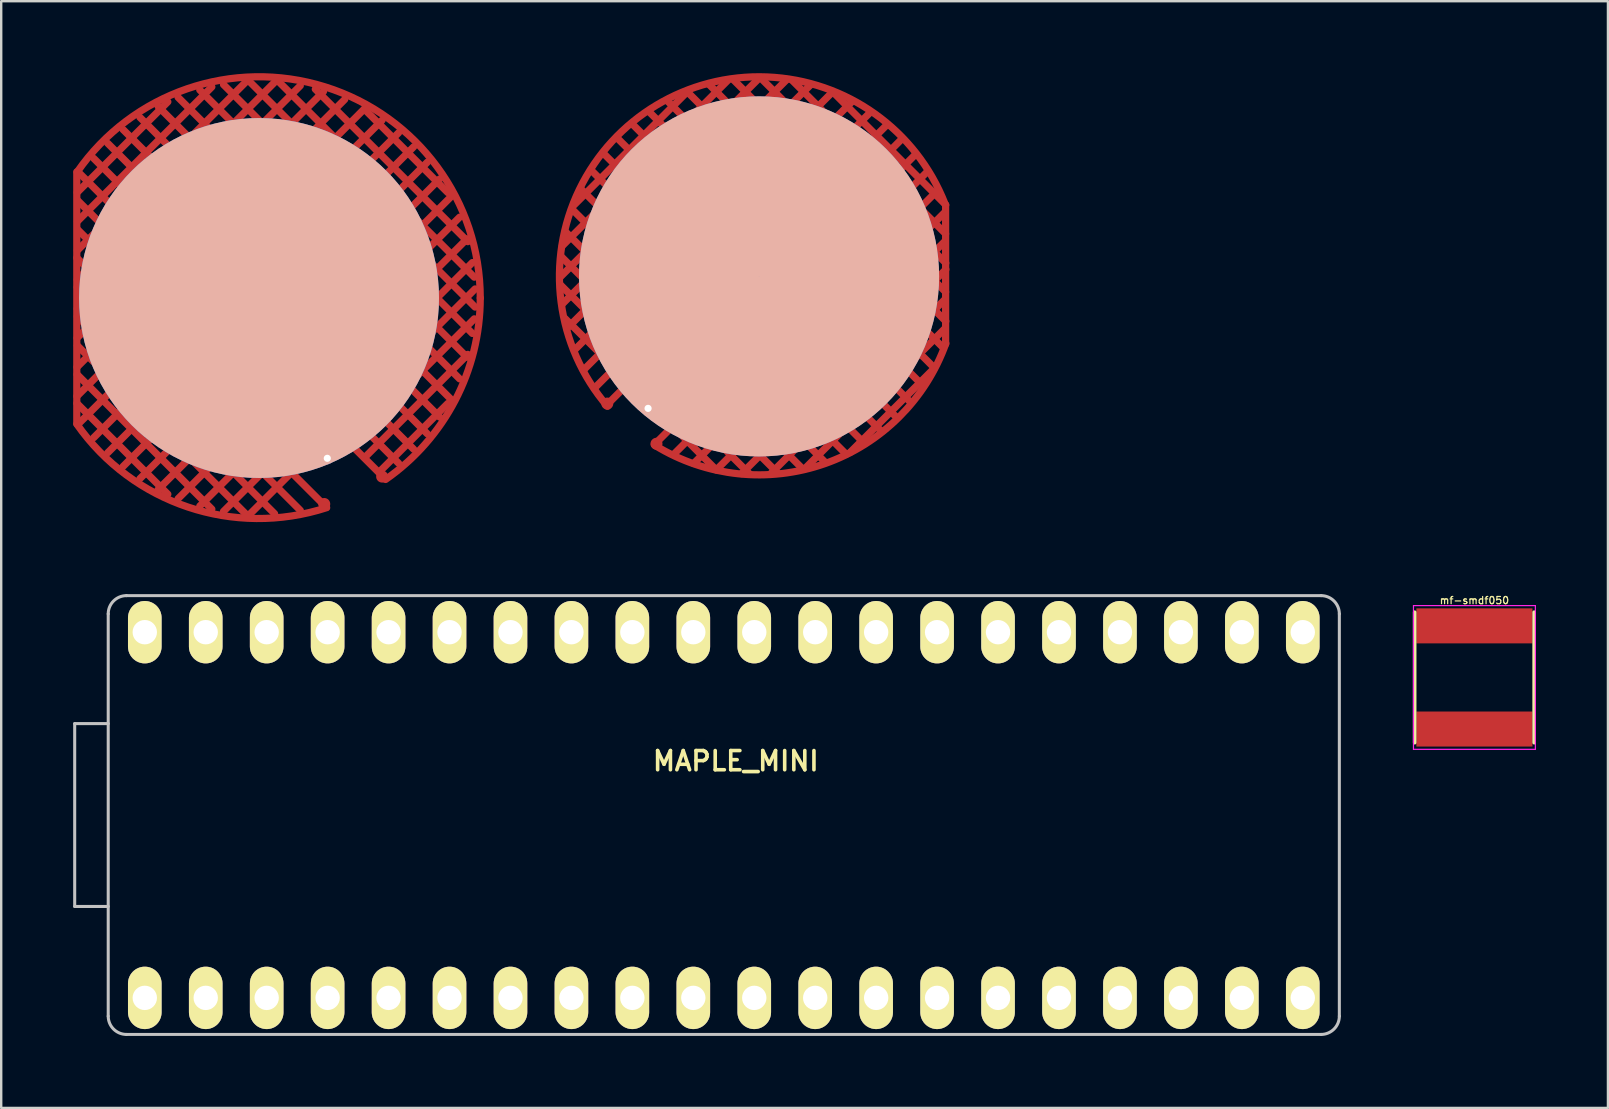
<source format=kicad_pcb>
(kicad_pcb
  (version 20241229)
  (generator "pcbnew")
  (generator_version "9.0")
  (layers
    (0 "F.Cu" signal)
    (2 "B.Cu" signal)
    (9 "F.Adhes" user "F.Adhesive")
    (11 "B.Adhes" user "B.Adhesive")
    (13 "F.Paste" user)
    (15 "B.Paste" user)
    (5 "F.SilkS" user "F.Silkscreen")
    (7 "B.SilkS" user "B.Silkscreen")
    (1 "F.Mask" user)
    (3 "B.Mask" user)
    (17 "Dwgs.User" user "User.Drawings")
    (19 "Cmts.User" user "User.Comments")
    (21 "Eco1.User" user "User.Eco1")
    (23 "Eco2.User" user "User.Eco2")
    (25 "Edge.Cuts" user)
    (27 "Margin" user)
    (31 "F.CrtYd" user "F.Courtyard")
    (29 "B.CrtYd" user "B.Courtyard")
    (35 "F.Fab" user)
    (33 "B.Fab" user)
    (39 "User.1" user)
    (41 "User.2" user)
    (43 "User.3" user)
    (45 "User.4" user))
  (footprint "mf-smdf050"
    (layer "F.Cu")
    (at 58.397 25.183)
    (property "Reference" "mf-smdf050" (at 0 -3.21 0) (layer "F.SilkS") (effects (font (size 0.3 0.3) (thickness 0.05))))
    (attr smd)
    (fp_line (start -2.49 -2.72) (end -2.49 2.72) (stroke (width 0.15) (type solid)) (layer "F.SilkS"))
    (fp_line (start 2.49 -2.72) (end 2.49 2.72) (stroke (width 0.15) (type solid)) (layer "F.SilkS"))
    (fp_line (start -2.54 -2.995) (end 2.54 -2.995) (stroke (width 0.05) (type solid)) (layer "F.CrtYd"))
    (fp_line (start -2.54 2.995) (end -2.54 -2.995) (stroke (width 0.05) (type solid)) (layer "F.CrtYd"))
    (fp_line (start 2.54 -2.995) (end 2.54 2.995) (stroke (width 0.05) (type solid)) (layer "F.CrtYd"))
    (fp_line (start 2.54 2.995) (end -2.54 2.995) (stroke (width 0.05) (type solid)) (layer "F.CrtYd"))
    (pad "1" smd rect (at 0 2.15) (size 4.84 1.46) (layers "F.Cu" "F.Mask" "F.Paste"))
    (pad "2" smd rect (at 0 -2.15) (size 4.84 1.46) (layers "F.Cu" "F.Mask" "F.Paste")))
  (footprint "livolo_ts_guard_cut_right"
    (layer "F.Cu")
    (at 28.317 8.445)
    (property "Reference" "livolo_ts_guard_cut_right" (at 1.123 0.21 0) (layer "F.SilkS") (effects (font (size 0.4 0.4) (thickness 0.1))))
    (attr through_hole)
    (fp_line (start -7.998 0.388) (end -4.546 3.84) (stroke (width 0.3) (type solid)) (layer "F.Cu"))
    (fp_line (start -7.945 1.187) (end 1.43 -8.188) (stroke (width 0.3) (type solid)) (layer "F.Cu"))
    (fp_line (start -7.932 -1.25) (end -1.032 -8.15) (stroke (width 0.3) (type solid)) (layer "F.Cu"))
    (fp_line (start -7.798 -1.836) (end 2.103 8.065) (stroke (width 0.3) (type solid)) (layer "F.Cu"))
    (fp_line (start -7.42 3.087) (end 3.33 -7.663) (stroke (width 0.3) (type solid)) (layer "F.Cu"))
    (fp_line (start -7.161 -3.623) (end 3.902 7.439) (stroke (width 0.3) (type solid)) (layer "F.Cu"))
    (fp_line (start -6.596 4.686) (end 4.916 -6.827) (stroke (width 0.3) (type solid)) (layer "F.Cu"))
    (fp_line (start -6.236 -5.123) (end 5.377 6.49) (stroke (width 0.3) (type solid)) (layer "F.Cu"))
    (fp_line (start -5.151 4.446) (end -7.816 1.782) (stroke (width 0.3) (type solid)) (layer "F.Cu"))
    (fp_line (start -5.024 -6.335) (end 6.589 5.278) (stroke (width 0.3) (type solid)) (layer "F.Cu"))
    (fp_line (start -4.097 7.035) (end 7.278 -4.34) (stroke (width 0.3) (type solid)) (layer "F.Cu"))
    (fp_line (start -3.575 -7.309) (end 7.575 3.841) (stroke (width 0.3) (type solid)) (layer "F.Cu"))
    (fp_line (start -3.305 3.819) (end 6.217 -5.702) (stroke (width 0.3) (type solid)) (layer "F.Cu"))
    (fp_line (start -2.718 5.668) (end -0.122 8.264) (stroke (width 0.3) (type solid)) (layer "F.Cu"))
    (fp_line (start -2.675 -7.719) (end -7.5 -2.893) (stroke (width 0.3) (type solid)) (layer "F.Cu"))
    (fp_line (start -2.46 7.822) (end 8.015 -2.653) (stroke (width 0.3) (type solid)) (layer "F.Cu"))
    (fp_line (start -1.825 -7.983) (end 8.05 1.892) (stroke (width 0.3) (type solid)) (layer "F.Cu"))
    (fp_line (start -1.518 8.089) (end -3.316 6.291) (stroke (width 0.3) (type solid)) (layer "F.Cu"))
    (fp_line (start -0.461 8.247) (end 8.052 -0.266) (stroke (width 0.3) (type solid)) (layer "F.Cu"))
    (fp_line (start 0.287 -8.256) (end -8.013 0.044) (stroke (width 0.3) (type solid)) (layer "F.Cu"))
    (fp_line (start 0.324 -8.258) (end 8.049 -0.533) (stroke (width 0.3) (type solid)) (layer "F.Cu"))
    (fp_line (start 1.059 8.233) (end -7.979 -0.805) (stroke (width 0.3) (type solid)) (layer "F.Cu"))
    (fp_line (start 2.151 8.059) (end 8.026 2.183) (stroke (width 0.3) (type solid)) (layer "F.Cu"))
    (fp_line (start 2.424 -7.969) (end -7.739 2.194) (stroke (width 0.3) (type solid)) (layer "F.Cu"))
    (fp_line (start 3.021 7.77) (end -7.517 -2.767) (stroke (width 0.3) (type solid)) (layer "F.Cu"))
    (fp_line (start 3.336 -7.67) (end 8.049 -2.957) (stroke (width 0.3) (type solid)) (layer "F.Cu"))
    (fp_line (start 4.16 -7.283) (end -7.052 3.93) (stroke (width 0.3) (type solid)) (layer "F.Cu"))
    (fp_line (start 4.671 6.996) (end -6.73 -4.404) (stroke (width 0.3) (type solid)) (layer "F.Cu"))
    (fp_line (start 5.598 -6.295) (end -6.077 5.38) (stroke (width 0.3) (type solid)) (layer "F.Cu"))
    (fp_line (start 6.008 5.909) (end -5.655 -5.754) (stroke (width 0.3) (type solid)) (layer "F.Cu"))
    (fp_line (start 6.785 -5.058) (end -2.697 4.423) (stroke (width 0.3) (type solid)) (layer "F.Cu"))
    (fp_line (start 7.119 4.597) (end -4.331 -6.853) (stroke (width 0.3) (type solid)) (layer "F.Cu"))
    (fp_line (start 7.512 3.91) (end 4.057 7.365) (stroke (width 0.3) (type solid)) (layer "F.Cu"))
    (fp_line (start 7.721 -3.572) (end -3.304 7.454) (stroke (width 0.3) (type solid)) (layer "F.Cu"))
    (fp_line (start 7.931 2.985) (end -2.707 -7.652) (stroke (width 0.3) (type solid)) (layer "F.Cu"))
    (fp_line (start 8.033 0.965) (end 0.72 8.278) (stroke (width 0.3) (type solid)) (layer "F.Cu"))
    (fp_line (start 8.033 -1.46) (end -1.504 8.078) (stroke (width 0.3) (type solid)) (layer "F.Cu"))
    (fp_line (start 8.042 -2.951) (end 8.042 2.849) (stroke (width 0.3) (type solid)) (layer "F.Cu"))
    (fp_line (start 8.043 -1.751) (end 1.655 -8.139) (stroke (width 0.3) (type solid)) (layer "F.Cu"))
    (fp_line (start 8.043 0.673) (end -0.807 -8.177) (stroke (width 0.3) (type solid)) (layer "F.Cu"))
    (fp_arc (start -6.050916 5.436947) (mid -4.012185 -7.110285) (end 8.016992 -3.000738) (stroke (width 0.3) (type solid)) (layer "F.Cu"))
    (fp_arc (start 8.052451 2.816166) (mid 3.010446 7.826926) (end -4.058007 7.074261) (stroke (width 0.3) (type solid)) (layer "F.Cu"))
    (fp_circle (center 0.267 0.024) (end -2.775 2.225) (stroke (width 7.5) (type solid)) (fill no) (layer "B.SilkS"))
    (pad "1" thru_hole circle (at -4.358 5.524 337.5) (size 0.5 0.5) (drill 0.3) (layers "*.Cu" "*.Mask"))
    (pad "1" smd circle (at 0.267 0.024) (size 15 15) (layers "B.Cu"))
    (pad "2" smd circle (at -6.058 5.324) (size 0.5 0.5) (layers "F.Cu"))
    (pad "2" smd circle (at -4.008 6.999) (size 0.5 0.5) (layers "F.Cu")))
  (footprint "livolo_ts_guard_cut"
    (layer "F.Cu")
    (at 7.745 9.37)
    (property "Reference" "livolo_ts_guard_cut" (at -0.069 0.608 0) (layer "F.SilkS") (effects (font (size 1 1) (thickness 0.15))))
    (attr through_hole)
    (fp_line (start -7.595 -5.258) (end -7.595 5.232) (stroke (width 0.3) (type solid)) (layer "F.Cu"))
    (fp_line (start -7.594 -1.677) (end 2.807 8.725) (stroke (width 0.3) (type solid)) (layer "F.Cu"))
    (fp_line (start -7.589 4.095) (end 4.383 -7.876) (stroke (width 0.3) (type solid)) (layer "F.Cu"))
    (fp_line (start -7.582 1.664) (end 2.687 -8.605) (stroke (width 0.3) (type solid)) (layer "F.Cu"))
    (fp_line (start -7.58 3.186) (end -1.966 8.8) (stroke (width 0.3) (type solid)) (layer "F.Cu"))
    (fp_line (start -7.575 -0.767) (end 0.65 -8.992) (stroke (width 0.3) (type solid)) (layer "F.Cu"))
    (fp_line (start -7.574 0.767) (end 0.65 8.992) (stroke (width 0.3) (type solid)) (layer "F.Cu"))
    (fp_line (start -7.567 -3.198) (end -1.966 -8.8) (stroke (width 0.3) (type solid)) (layer "F.Cu"))
    (fp_line (start -7.563 -4.07) (end 2.559 6.052) (stroke (width 0.3) (type solid)) (layer "F.Cu"))
    (fp_line (start -6.89 -5.82) (end 5.816 6.885) (stroke (width 0.3) (type solid)) (layer "F.Cu"))
    (fp_line (start -6.89 5.82) (end 5.816 -6.886) (stroke (width 0.3) (type solid)) (layer "F.Cu"))
    (fp_line (start -5.664 -7.018) (end 7.014 5.66) (stroke (width 0.3) (type solid)) (layer "F.Cu"))
    (fp_line (start -5.664 7.018) (end 7.014 -5.66) (stroke (width 0.3) (type solid)) (layer "F.Cu"))
    (fp_line (start -4.202 -7.979) (end 7.976 4.197) (stroke (width 0.3) (type solid)) (layer "F.Cu"))
    (fp_line (start -4.202 7.979) (end 7.976 -4.197) (stroke (width 0.3) (type solid)) (layer "F.Cu"))
    (fp_line (start -3.8 -8.178) (end -7.576 -4.401) (stroke (width 0.3) (type solid)) (layer "F.Cu"))
    (fp_line (start -3.8 8.177) (end -7.589 4.389) (stroke (width 0.3) (type solid)) (layer "F.Cu"))
    (fp_line (start -2.47 -8.672) (end 8.668 2.466) (stroke (width 0.3) (type solid)) (layer "F.Cu"))
    (fp_line (start -2.47 8.672) (end 8.668 -2.466) (stroke (width 0.3) (type solid)) (layer "F.Cu"))
    (fp_line (start -0.554 -8.999) (end -7.571 -1.983) (stroke (width 0.3) (type solid)) (layer "F.Cu"))
    (fp_line (start -0.554 8.999) (end -7.571 1.983) (stroke (width 0.3) (type solid)) (layer "F.Cu"))
    (fp_line (start -0.382 -9.008) (end 9.004 0.377) (stroke (width 0.3) (type solid)) (layer "F.Cu"))
    (fp_line (start -0.382 9.008) (end 9.004 -0.378) (stroke (width 0.3) (type solid)) (layer "F.Cu"))
    (fp_line (start 1.72 -8.85) (end -7.578 0.448) (stroke (width 0.3) (type solid)) (layer "F.Cu"))
    (fp_line (start 1.72 8.85) (end -7.578 -0.448) (stroke (width 0.3) (type solid)) (layer "F.Cu"))
    (fp_line (start 1.953 6.658) (end -7.56 -2.854) (stroke (width 0.3) (type solid)) (layer "F.Cu"))
    (fp_line (start 2.345 -8.705) (end 8.702 -2.349) (stroke (width 0.3) (type solid)) (layer "F.Cu"))
    (fp_line (start 3.571 -8.276) (end -7.585 2.88) (stroke (width 0.3) (type solid)) (layer "F.Cu"))
    (fp_line (start 4.403 6.647) (end 8.702 2.349) (stroke (width 0.3) (type solid)) (layer "F.Cu"))
    (fp_line (start 5.13 -7.411) (end -7.554 5.273) (stroke (width 0.3) (type solid)) (layer "F.Cu"))
    (fp_line (start 5.13 7.411) (end -7.529 -5.247) (stroke (width 0.3) (type solid)) (layer "F.Cu"))
    (fp_line (start 6.444 -6.301) (end -6.306 6.448) (stroke (width 0.3) (type solid)) (layer "F.Cu"))
    (fp_line (start 6.444 6.301) (end -6.306 -6.448) (stroke (width 0.3) (type solid)) (layer "F.Cu"))
    (fp_line (start 7.526 -4.959) (end -4.964 7.529) (stroke (width 0.3) (type solid)) (layer "F.Cu"))
    (fp_line (start 7.526 4.959) (end -4.964 -7.529) (stroke (width 0.3) (type solid)) (layer "F.Cu"))
    (fp_line (start 7.868 -4.394) (end 4.39 -7.872) (stroke (width 0.3) (type solid)) (layer "F.Cu"))
    (fp_line (start 7.868 4.394) (end 5.013 7.249) (stroke (width 0.3) (type solid)) (layer "F.Cu"))
    (fp_line (start 8.359 -3.368) (end -3.373 8.363) (stroke (width 0.3) (type solid)) (layer "F.Cu"))
    (fp_line (start 8.359 3.368) (end -3.373 -8.363) (stroke (width 0.3) (type solid)) (layer "F.Cu"))
    (fp_line (start 8.891 -1.477) (end -1.481 8.894) (stroke (width 0.3) (type solid)) (layer "F.Cu"))
    (fp_line (start 8.891 1.477) (end -1.481 -8.895) (stroke (width 0.3) (type solid)) (layer "F.Cu"))
    (fp_line (start 8.971 -0.868) (end 0.863 -8.975) (stroke (width 0.3) (type solid)) (layer "F.Cu"))
    (fp_line (start 8.971 0.868) (end 3.8 6.039) (stroke (width 0.3) (type solid)) (layer "F.Cu"))
    (fp_arc (start -7.580394 -5.24889) (mid 2.749513 -8.800721) (end 9.2202 0) (stroke (width 0.3) (type solid)) (layer "F.Cu"))
    (fp_arc (start 2.8194 8.7376) (mid -2.961167 8.71233) (end -7.593528 5.254466) (stroke (width 0.3) (type solid)) (layer "F.Cu"))
    (fp_arc (start 9.220234 0) (mid 8.174707 4.264608) (end 5.275241 7.562046) (stroke (width 0.3) (type solid)) (layer "F.Cu"))
    (fp_circle (center 0 0) (end 3.2 1.956) (stroke (width 7.5) (type solid)) (fill no) (layer "B.SilkS"))
    (pad "1" smd circle (at 0 0) (size 15 15) (layers "B.Cu" "B.Mask"))
    (pad "1" thru_hole circle (at 2.845 6.68 22.5) (size 0.5 0.5) (drill 0.3) (layers "*.Cu" "*.Mask"))
    (pad "2" smd circle (at 2.718 8.585) (size 0.5 0.5) (layers "F.Cu"))
    (pad "2" smd circle (at 5.131 7.442) (size 0.5 0.5) (layers "F.Cu")))
  (footprint "MAPLE_MINI"
    (layer "F.Cu")
    (at 27.114 30.917)
    (property "Reference" "MAPLE_MINI" (at 0.5 -2.25 0) (layer "F.SilkS") (effects (font (size 0.8 0.8) (thickness 0.15))))
    (attr through_hole)
    (fp_line (start -27.051 -3.81) (end -27.051 3.81) (stroke (width 0.127) (type solid)) (layer "Dwgs.User"))
    (fp_line (start -27.051 3.81) (end -25.654 3.81) (stroke (width 0.127) (type solid)) (layer "Dwgs.User"))
    (fp_line (start -25.654 -8.382) (end -25.654 8.382) (stroke (width 0.127) (type solid)) (layer "Dwgs.User"))
    (fp_line (start -25.654 -3.81) (end -27.051 -3.81) (stroke (width 0.127) (type solid)) (layer "Dwgs.User"))
    (fp_line (start -24.892 -9.144) (end 24.892 -9.144) (stroke (width 0.127) (type solid)) (layer "Dwgs.User"))
    (fp_line (start 24.892 9.144) (end -24.892 9.144) (stroke (width 0.127) (type solid)) (layer "Dwgs.User"))
    (fp_line (start 25.654 8.382) (end 25.654 -8.382) (stroke (width 0.127) (type solid)) (layer "Dwgs.User"))
    (fp_arc (start -25.654 -8.382) (mid -25.430815 -8.920815) (end -24.892 -9.144) (stroke (width 0.127) (type solid)) (layer "Dwgs.User"))
    (fp_arc (start -24.892 9.144) (mid -25.430815 8.920815) (end -25.654 8.382) (stroke (width 0.127) (type solid)) (layer "Dwgs.User"))
    (fp_arc (start 24.892 -9.144) (mid 25.430815 -8.920815) (end 25.654 -8.382) (stroke (width 0.127) (type solid)) (layer "Dwgs.User"))
    (fp_arc (start 25.654 8.382) (mid 25.430815 8.920815) (end 24.892 9.144) (stroke (width 0.127) (type solid)) (layer "Dwgs.User"))
    (pad "1" thru_hole oval (at -24.13 7.62 90) (size 2.6 1.4) (drill 1.016) (layers "*.Cu" "*.Mask" "F.SilkS"))
    (pad "2" thru_hole oval (at -21.59 7.62 90) (size 2.6 1.4) (drill 1.016) (layers "*.Cu" "*.Mask" "F.SilkS"))
    (pad "3" thru_hole oval (at -19.05 7.62 90) (size 2.6 1.4) (drill 1.016) (layers "*.Cu" "*.Mask" "F.SilkS"))
    (pad "4" thru_hole oval (at -16.51 7.62 90) (size 2.6 1.4) (drill 1.016) (layers "*.Cu" "*.Mask" "F.SilkS"))
    (pad "5" thru_hole oval (at -13.97 7.62 90) (size 2.6 1.4) (drill 1.016) (layers "*.Cu" "*.Mask" "F.SilkS"))
    (pad "6" thru_hole oval (at -11.43 7.62 90) (size 2.6 1.4) (drill 1.016) (layers "*.Cu" "*.Mask" "F.SilkS"))
    (pad "7" thru_hole oval (at -8.89 7.62 90) (size 2.6 1.4) (drill 1.016) (layers "*.Cu" "*.Mask" "F.SilkS"))
    (pad "8" thru_hole oval (at -6.35 7.62 90) (size 2.6 1.4) (drill 1.016) (layers "*.Cu" "*.Mask" "F.SilkS"))
    (pad "9" thru_hole oval (at -3.81 7.62 90) (size 2.6 1.4) (drill 1.016) (layers "*.Cu" "*.Mask" "F.SilkS"))
    (pad "10" thru_hole oval (at -1.27 7.62 90) (size 2.6 1.4) (drill 1.016) (layers "*.Cu" "*.Mask" "F.SilkS"))
    (pad "11" thru_hole oval (at 1.27 7.62 90) (size 2.6 1.4) (drill 1.016) (layers "*.Cu" "*.Mask" "F.SilkS"))
    (pad "12" thru_hole oval (at 3.81 7.62 90) (size 2.6 1.4) (drill 1.016) (layers "*.Cu" "*.Mask" "F.SilkS"))
    (pad "13" thru_hole oval (at 6.35 7.62 90) (size 2.6 1.4) (drill 1.016) (layers "*.Cu" "*.Mask" "F.SilkS"))
    (pad "14" thru_hole oval (at 8.89 7.62 90) (size 2.6 1.4) (drill 1.016) (layers "*.Cu" "*.Mask" "F.SilkS"))
    (pad "15" thru_hole oval (at 11.43 7.62 90) (size 2.6 1.4) (drill 1.016) (layers "*.Cu" "*.Mask" "F.SilkS"))
    (pad "16" thru_hole oval (at 13.97 7.62 90) (size 2.6 1.4) (drill 1.016) (layers "*.Cu" "*.Mask" "F.SilkS"))
    (pad "17" thru_hole oval (at 16.51 7.62 90) (size 2.6 1.4) (drill 1.016) (layers "*.Cu" "*.Mask" "F.SilkS"))
    (pad "18" thru_hole oval (at 19.05 7.62 90) (size 2.6 1.4) (drill 1.016) (layers "*.Cu" "*.Mask" "F.SilkS"))
    (pad "19" thru_hole oval (at 21.59 7.62 90) (size 2.6 1.4) (drill 1.016) (layers "*.Cu" "*.Mask" "F.SilkS"))
    (pad "20" thru_hole oval (at 24.13 7.62 90) (size 2.6 1.4) (drill 1.016) (layers "*.Cu" "*.Mask" "F.SilkS"))
    (pad "21" thru_hole oval (at 24.13 -7.62 270) (size 2.6 1.4) (drill 1.016) (layers "*.Cu" "*.Mask" "F.SilkS"))
    (pad "22" thru_hole oval (at 21.59 -7.62 270) (size 2.6 1.4) (drill 1.016) (layers "*.Cu" "*.Mask" "F.SilkS"))
    (pad "23" thru_hole oval (at 19.05 -7.62 270) (size 2.6 1.4) (drill 1.016) (layers "*.Cu" "*.Mask" "F.SilkS"))
    (pad "24" thru_hole oval (at 16.51 -7.62 270) (size 2.6 1.4) (drill 1.016) (layers "*.Cu" "*.Mask" "F.SilkS"))
    (pad "25" thru_hole oval (at 13.97 -7.62 270) (size 2.6 1.4) (drill 1.016) (layers "*.Cu" "*.Mask" "F.SilkS"))
    (pad "26" thru_hole oval (at 11.43 -7.62 270) (size 2.6 1.4) (drill 1.016) (layers "*.Cu" "*.Mask" "F.SilkS"))
    (pad "27" thru_hole oval (at 8.89 -7.62 270) (size 2.6 1.4) (drill 1.016) (layers "*.Cu" "*.Mask" "F.SilkS"))
    (pad "28" thru_hole oval (at 6.35 -7.62 270) (size 2.6 1.4) (drill 1.016) (layers "*.Cu" "*.Mask" "F.SilkS"))
    (pad "29" thru_hole oval (at 3.81 -7.62 270) (size 2.6 1.4) (drill 1.016) (layers "*.Cu" "*.Mask" "F.SilkS"))
    (pad "30" thru_hole oval (at 1.27 -7.62 270) (size 2.6 1.4) (drill 1.016) (layers "*.Cu" "*.Mask" "F.SilkS"))
    (pad "31" thru_hole oval (at -1.27 -7.62 270) (size 2.6 1.4) (drill 1.016) (layers "*.Cu" "*.Mask" "F.SilkS"))
    (pad "32" thru_hole oval (at -3.81 -7.62 270) (size 2.6 1.4) (drill 1.016) (layers "*.Cu" "*.Mask" "F.SilkS"))
    (pad "33" thru_hole oval (at -6.35 -7.62 270) (size 2.6 1.4) (drill 1.016) (layers "*.Cu" "*.Mask" "F.SilkS"))
    (pad "34" thru_hole oval (at -8.89 -7.62 270) (size 2.6 1.4) (drill 1.016) (layers "*.Cu" "*.Mask" "F.SilkS"))
    (pad "35" thru_hole oval (at -11.43 -7.62 270) (size 2.6 1.4) (drill 1.016) (layers "*.Cu" "*.Mask" "F.SilkS"))
    (pad "36" thru_hole oval (at -13.97 -7.62 270) (size 2.6 1.4) (drill 1.016) (layers "*.Cu" "*.Mask" "F.SilkS"))
    (pad "37" thru_hole oval (at -16.51 -7.62 270) (size 2.6 1.4) (drill 1.016) (layers "*.Cu" "*.Mask" "F.SilkS"))
    (pad "38" thru_hole oval (at -19.05 -7.62 270) (size 2.6 1.4) (drill 1.016) (layers "*.Cu" "*.Mask" "F.SilkS"))
    (pad "39" thru_hole oval (at -21.59 -7.62 270) (size 2.6 1.4) (drill 1.016) (layers "*.Cu" "*.Mask" "F.SilkS"))
    (pad "40" thru_hole oval (at -24.13 -7.62 270) (size 2.6 1.4) (drill 1.016) (layers "*.Cu" "*.Mask" "F.SilkS")))
  (gr_rect
    (start -3 -3)
    (end 63.962 43.124)
    (stroke (width 0.1) (type default))
    (fill no)
    (layer "Edge.Cuts")))
</source>
